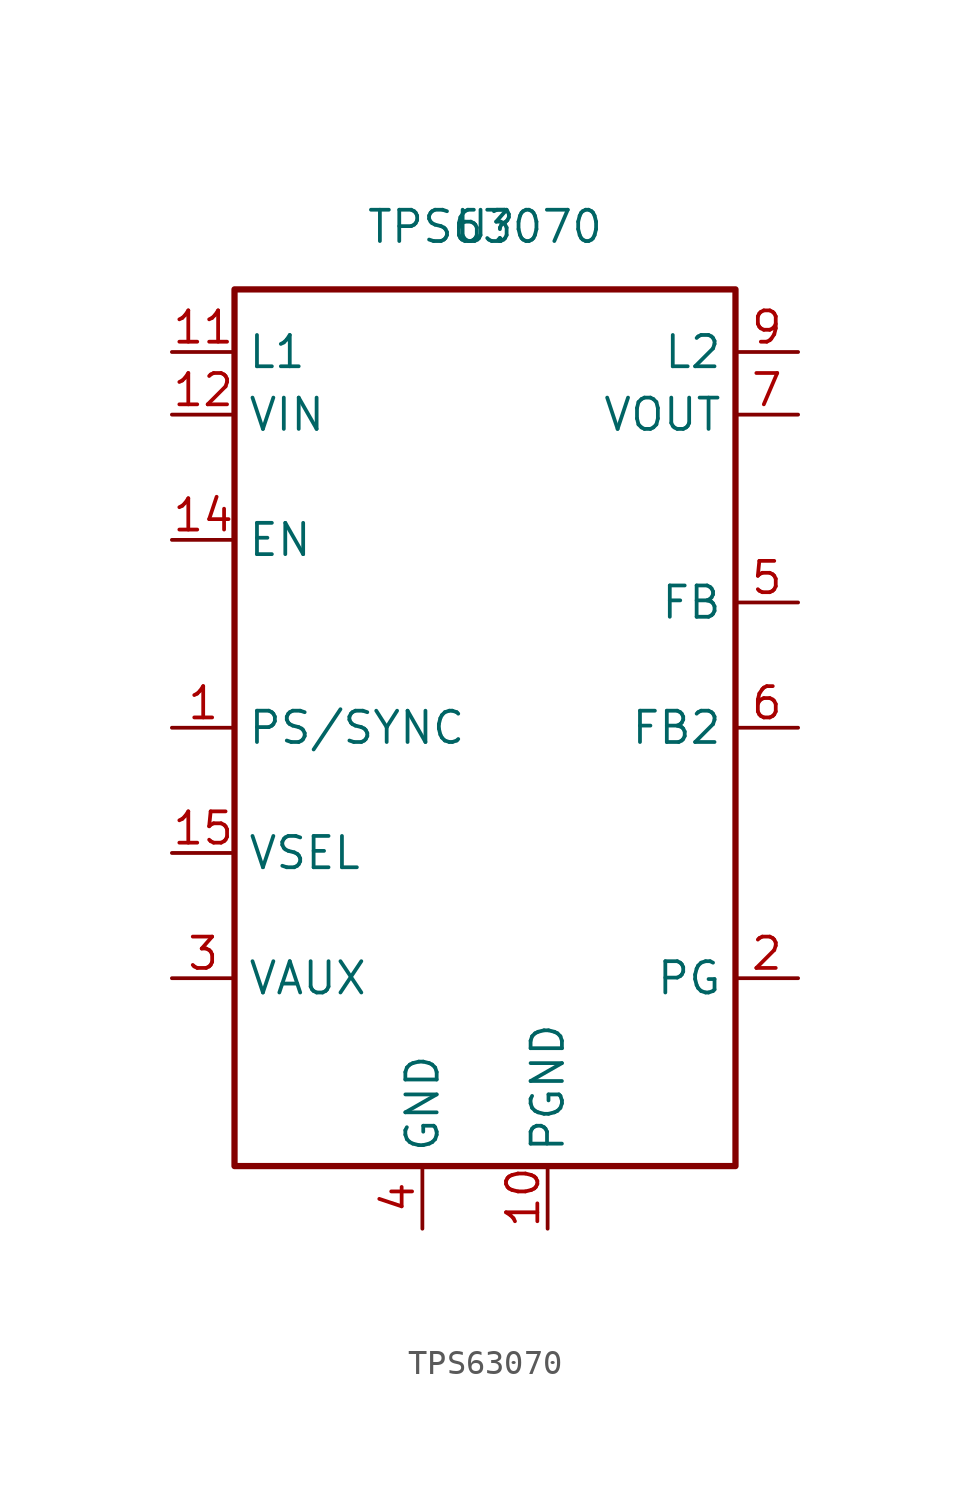
<source format=kicad_sym>
(kicad_symbol_lib
  (version 20211014)
  (generator kicad_symbol_editor)
  (symbol "TPS63070"
    (property "Reference" "U"
      (at 0 20.32 0)
      (effects (font (size 1.27 1.27))))
    (property "Value" "TPS63070"
      (at 0 20.32 0)
      (effects (font (size 1.27 1.27))))
    (symbol "TPS63070_0_1"
      (rectangle (start -10.16 17.78) (end 10.16 -17.78) (stroke (width 0.254) (type default) (color 0 0 0 0)) (fill (type none))))
    (symbol "TPS63070_1_1"
      (pin input line (at -12.7 0 0) (length 2.54) (name "PS/SYNC" (effects (font (size 1.27 1.27)))) (number "1" (effects (font (size 1.27 1.27)))))
      (pin power_in line (at 2.54 -20.32 90) (length 2.54) (name "PGND" (effects (font (size 1.27 1.27)))) (number "10" (effects (font (size 1.27 1.27)))))
      (pin passive line (at -12.7 15.24 0) (length 2.54) (name "L1" (effects (font (size 1.27 1.27)))) (number "11" (effects (font (size 1.27 1.27)))))
      (pin power_in line (at -12.7 12.7 0) (length 2.54) (name "VIN" (effects (font (size 1.27 1.27)))) (number "12" (effects (font (size 1.27 1.27)))))
      (pin passive line (at -12.7 12.7 0) (length 2.54) hide (name "VIN" (effects (font (size 1.27 1.27)))) (number "13" (effects (font (size 1.27 1.27)))))
      (pin input line (at -12.7 7.62 0) (length 2.54) (name "EN" (effects (font (size 1.27 1.27)))) (number "14" (effects (font (size 1.27 1.27)))))
      (pin input line (at -12.7 -5.08 0) (length 2.54) (name "VSEL" (effects (font (size 1.27 1.27)))) (number "15" (effects (font (size 1.27 1.27)))))
      (pin output line (at 12.7 -10.16 180) (length 2.54) (name "PG" (effects (font (size 1.27 1.27)))) (number "2" (effects (font (size 1.27 1.27)))))
      (pin passive line (at -12.7 -10.16 0) (length 2.54) (name "VAUX" (effects (font (size 1.27 1.27)))) (number "3" (effects (font (size 1.27 1.27)))))
      (pin power_in line (at -2.54 -20.32 90) (length 2.54) (name "GND" (effects (font (size 1.27 1.27)))) (number "4" (effects (font (size 1.27 1.27)))))
      (pin input line (at 12.7 5.08 180) (length 2.54) (name "FB" (effects (font (size 1.27 1.27)))) (number "5" (effects (font (size 1.27 1.27)))))
      (pin output line (at 12.7 0 180) (length 2.54) (name "FB2" (effects (font (size 1.27 1.27)))) (number "6" (effects (font (size 1.27 1.27)))))
      (pin power_out line (at 12.7 12.7 180) (length 2.54) (name "VOUT" (effects (font (size 1.27 1.27)))) (number "7" (effects (font (size 1.27 1.27)))))
      (pin passive line (at 12.7 12.7 180) (length 2.54) hide (name "VOUT" (effects (font (size 1.27 1.27)))) (number "8" (effects (font (size 1.27 1.27)))))
      (pin passive line (at 12.7 15.24 180) (length 2.54) (name "L2" (effects (font (size 1.27 1.27)))) (number "9" (effects (font (size 1.27 1.27)))))
      (pin passive line (at -12.7 12.7 0) (length 2.54) hide (name "VIN" (effects (font (size 1.27 1.27)))) (number "TIE1" (effects (font (size 1.27 1.27)))))
      (pin passive line (at 12.7 12.7 180) (length 2.54) hide (name "VOUT" (effects (font (size 1.27 1.27)))) (number "TIE2" (effects (font (size 1.27 1.27))))))))
</source>
